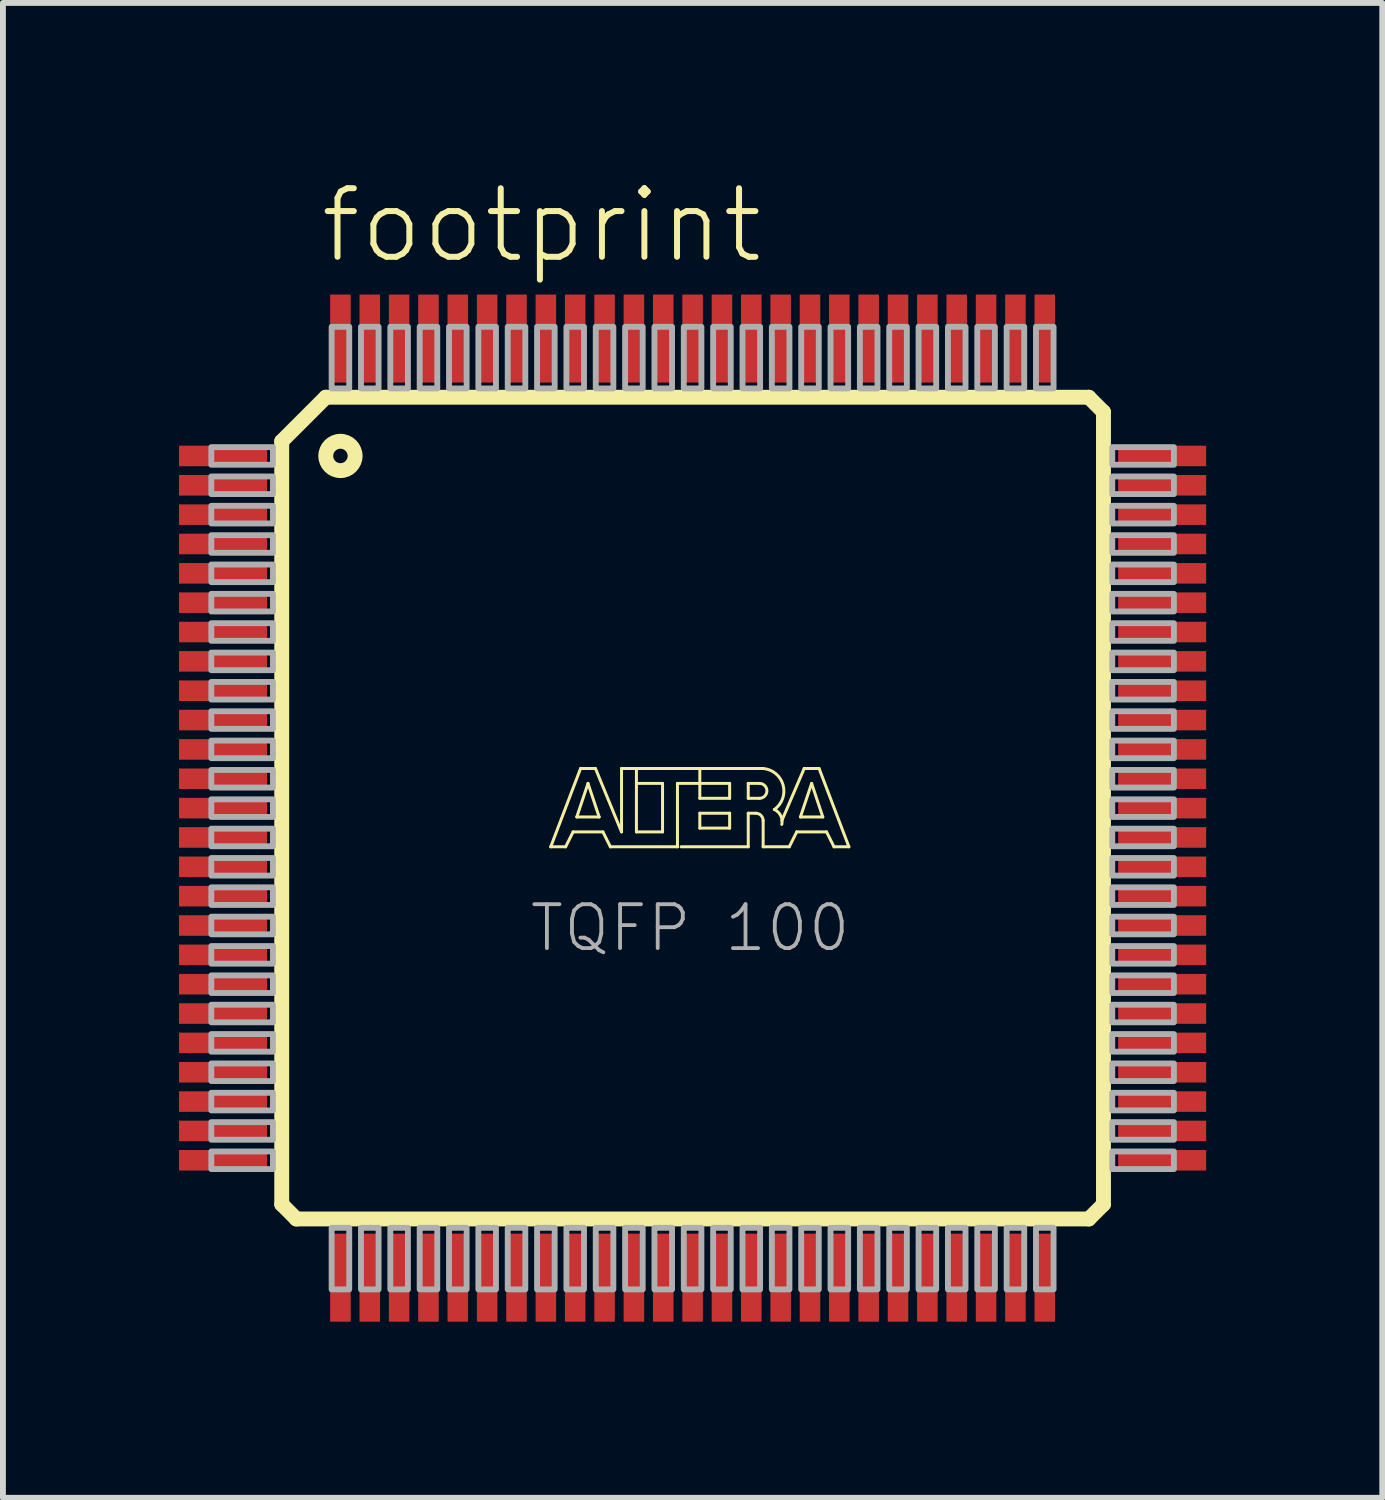
<source format=kicad_pcb>
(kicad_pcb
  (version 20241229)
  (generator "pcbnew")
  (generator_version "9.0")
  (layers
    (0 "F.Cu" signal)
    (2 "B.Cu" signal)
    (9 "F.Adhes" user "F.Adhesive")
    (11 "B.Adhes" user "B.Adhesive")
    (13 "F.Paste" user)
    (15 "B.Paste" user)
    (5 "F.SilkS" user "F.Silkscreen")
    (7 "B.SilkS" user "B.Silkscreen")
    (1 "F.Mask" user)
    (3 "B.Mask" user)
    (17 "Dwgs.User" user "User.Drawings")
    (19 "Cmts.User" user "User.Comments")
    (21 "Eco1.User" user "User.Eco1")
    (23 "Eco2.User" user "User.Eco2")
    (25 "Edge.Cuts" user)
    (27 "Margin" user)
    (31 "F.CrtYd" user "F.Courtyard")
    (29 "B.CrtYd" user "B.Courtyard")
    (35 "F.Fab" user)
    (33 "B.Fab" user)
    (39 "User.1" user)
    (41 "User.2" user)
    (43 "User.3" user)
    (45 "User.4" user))
  (footprint "footprint"
    (layer "F.Cu")
    (at 8.75 10.718)
    (property "Reference" "footprint" (at -6.395 -9.245 0) (layer "F.SilkS") (effects (font (size 1.168 1.168) (thickness 0.102)) (justify left bottom)))
    (fp_line (start -7 -6.25) (end -6.25 -7) (stroke (width 0.254) (type solid)) (layer "F.SilkS"))
    (fp_line (start -7 6.75) (end -7 -6.25) (stroke (width 0.254) (type solid)) (layer "F.SilkS"))
    (fp_line (start -6.75 7) (end -7 6.75) (stroke (width 0.254) (type solid)) (layer "F.SilkS"))
    (fp_line (start -6.25 -7) (end 6.75 -7) (stroke (width 0.254) (type solid)) (layer "F.SilkS"))
    (fp_line (start -2.417 0.659) (end -1.909 -0.675) (stroke (width 0.051) (type solid)) (layer "F.SilkS"))
    (fp_line (start -2.163 0.659) (end -2.417 0.659) (stroke (width 0.051) (type solid)) (layer "F.SilkS"))
    (fp_line (start -2.036 0.405) (end -2.163 0.659) (stroke (width 0.051) (type solid)) (layer "F.SilkS"))
    (fp_line (start -1.973 0.151) (end -1.592 0.151) (stroke (width 0.051) (type solid)) (layer "F.SilkS"))
    (fp_line (start -1.909 -0.675) (end -1.655 -0.675) (stroke (width 0.051) (type solid)) (layer "F.SilkS"))
    (fp_line (start -1.782 -0.421) (end -1.973 0.151) (stroke (width 0.051) (type solid)) (layer "F.SilkS"))
    (fp_line (start -1.655 -0.675) (end -1.211 0.405) (stroke (width 0.051) (type solid)) (layer "F.SilkS"))
    (fp_line (start -1.592 0.151) (end -1.782 -0.421) (stroke (width 0.051) (type solid)) (layer "F.SilkS"))
    (fp_line (start -1.528 0.405) (end -2.036 0.405) (stroke (width 0.051) (type solid)) (layer "F.SilkS"))
    (fp_line (start -1.401 0.659) (end -1.528 0.405) (stroke (width 0.051) (type solid)) (layer "F.SilkS"))
    (fp_line (start -1.211 -0.675) (end -0.957 -0.675) (stroke (width 0.051) (type solid)) (layer "F.SilkS"))
    (fp_line (start -1.211 0.405) (end -1.211 -0.675) (stroke (width 0.051) (type solid)) (layer "F.SilkS"))
    (fp_line (start -0.957 -0.675) (end -0.957 -0.421) (stroke (width 0.051) (type solid)) (layer "F.SilkS"))
    (fp_line (start -0.957 -0.675) (end 0.123 -0.675) (stroke (width 0.051) (type solid)) (layer "F.SilkS"))
    (fp_line (start -0.957 -0.421) (end -0.957 0.405) (stroke (width 0.051) (type solid)) (layer "F.SilkS"))
    (fp_line (start -0.957 0.405) (end -0.512 0.405) (stroke (width 0.051) (type solid)) (layer "F.SilkS"))
    (fp_line (start -0.512 -0.421) (end -0.957 -0.421) (stroke (width 0.051) (type solid)) (layer "F.SilkS"))
    (fp_line (start -0.512 0.405) (end -0.512 -0.421) (stroke (width 0.051) (type solid)) (layer "F.SilkS"))
    (fp_line (start -0.258 -0.421) (end -0.258 0.659) (stroke (width 0.051) (type solid)) (layer "F.SilkS"))
    (fp_line (start -0.258 0.659) (end -1.401 0.659) (stroke (width 0.051) (type solid)) (layer "F.SilkS"))
    (fp_line (start 0.123 -0.675) (end 0.123 -0.421) (stroke (width 0.051) (type solid)) (layer "F.SilkS"))
    (fp_line (start 0.123 -0.675) (end 1.202 -0.675) (stroke (width 0.051) (type solid)) (layer "F.SilkS"))
    (fp_line (start 0.123 -0.421) (end -0.258 -0.421) (stroke (width 0.051) (type solid)) (layer "F.SilkS"))
    (fp_line (start 0.123 -0.421) (end 0.123 -0.167) (stroke (width 0.051) (type solid)) (layer "F.SilkS"))
    (fp_line (start 0.123 -0.167) (end 0.631 -0.167) (stroke (width 0.051) (type solid)) (layer "F.SilkS"))
    (fp_line (start 0.123 0.087) (end 0.631 0.087) (stroke (width 0.051) (type solid)) (layer "F.SilkS"))
    (fp_line (start 0.123 0.341) (end 0.123 0.087) (stroke (width 0.051) (type solid)) (layer "F.SilkS"))
    (fp_line (start 0.631 -0.421) (end 0.123 -0.421) (stroke (width 0.051) (type solid)) (layer "F.SilkS"))
    (fp_line (start 0.631 -0.167) (end 0.631 -0.421) (stroke (width 0.051) (type solid)) (layer "F.SilkS"))
    (fp_line (start 0.631 0.087) (end 0.631 0.341) (stroke (width 0.051) (type solid)) (layer "F.SilkS"))
    (fp_line (start 0.631 0.341) (end 0.123 0.341) (stroke (width 0.051) (type solid)) (layer "F.SilkS"))
    (fp_line (start 0.948 -0.421) (end 0.948 -0.167) (stroke (width 0.051) (type solid)) (layer "F.SilkS"))
    (fp_line (start 0.948 -0.167) (end 1.139 -0.167) (stroke (width 0.051) (type solid)) (layer "F.SilkS"))
    (fp_line (start 0.948 0.087) (end 0.948 0.659) (stroke (width 0.051) (type solid)) (layer "F.SilkS"))
    (fp_line (start 0.948 0.087) (end 1.075 0.087) (stroke (width 0.051) (type solid)) (layer "F.SilkS"))
    (fp_line (start 0.948 0.659) (end -0.195 0.659) (stroke (width 0.051) (type solid)) (layer "F.SilkS"))
    (fp_line (start 1.139 -0.421) (end 0.948 -0.421) (stroke (width 0.051) (type solid)) (layer "F.SilkS"))
    (fp_line (start 1.202 0.214) (end 1.202 0.659) (stroke (width 0.051) (type solid)) (layer "F.SilkS"))
    (fp_line (start 1.202 0.659) (end 1.647 0.659) (stroke (width 0.051) (type solid)) (layer "F.SilkS"))
    (fp_line (start 1.647 0.659) (end 1.774 0.405) (stroke (width 0.051) (type solid)) (layer "F.SilkS"))
    (fp_line (start 1.774 0.405) (end 2.282 0.405) (stroke (width 0.051) (type solid)) (layer "F.SilkS"))
    (fp_line (start 1.837 0.151) (end 2.028 -0.421) (stroke (width 0.051) (type solid)) (layer "F.SilkS"))
    (fp_line (start 1.901 -0.675) (end 1.52 0.214) (stroke (width 0.051) (type solid)) (layer "F.SilkS"))
    (fp_line (start 2.028 -0.421) (end 2.218 0.151) (stroke (width 0.051) (type solid)) (layer "F.SilkS"))
    (fp_line (start 2.155 -0.675) (end 1.901 -0.675) (stroke (width 0.051) (type solid)) (layer "F.SilkS"))
    (fp_line (start 2.218 0.151) (end 1.837 0.151) (stroke (width 0.051) (type solid)) (layer "F.SilkS"))
    (fp_line (start 2.282 0.405) (end 2.409 0.659) (stroke (width 0.051) (type solid)) (layer "F.SilkS"))
    (fp_line (start 2.409 0.659) (end 2.663 0.659) (stroke (width 0.051) (type solid)) (layer "F.SilkS"))
    (fp_line (start 2.663 0.659) (end 2.155 -0.675) (stroke (width 0.051) (type solid)) (layer "F.SilkS"))
    (fp_line (start 6.75 -7) (end 7 -6.75) (stroke (width 0.254) (type solid)) (layer "F.SilkS"))
    (fp_line (start 6.75 7) (end -6.75 7) (stroke (width 0.254) (type solid)) (layer "F.SilkS"))
    (fp_line (start 7 -6.75) (end 7 6.75) (stroke (width 0.254) (type solid)) (layer "F.SilkS"))
    (fp_line (start 7 6.75) (end 6.75 7) (stroke (width 0.254) (type solid)) (layer "F.SilkS"))
    (fp_arc (start 1.075 0.087) (mid 1.164803 0.124197) (end 1.202 0.214) (stroke (width 0.0508) (type solid)) (layer "F.SilkS"))
    (fp_arc (start 1.139 -0.421) (mid 1.266 -0.294) (end 1.139 -0.167) (stroke (width 0.0508) (type solid)) (layer "F.SilkS"))
    (fp_arc (start 1.202 -0.675) (mid 1.542014 -0.392329) (end 1.392798 0.023901) (stroke (width 0.0508) (type solid)) (layer "F.SilkS"))
    (fp_arc (start 1.3929 0.0234) (mid 1.5009 0.128252) (end 1.519699 0.2776) (stroke (width 0.0508) (type solid)) (layer "F.SilkS"))
    (fp_circle (center -6 -6) (end -5.75 -6) (stroke (width 0.254) (type solid)) (fill no) (layer "F.SilkS"))
    (fp_poly (pts (xy -8.2 -5.85) (xy -7.15 -5.85) (xy -7.15 -6.15) (xy -8.2 -6.15)) (stroke (width 0.1) (type solid)) (fill no) (layer "F.Fab"))
    (fp_poly (pts (xy -8.2 -5.35) (xy -7.15 -5.35) (xy -7.15 -5.65) (xy -8.2 -5.65)) (stroke (width 0.1) (type solid)) (fill no) (layer "F.Fab"))
    (fp_poly (pts (xy -8.2 -4.85) (xy -7.15 -4.85) (xy -7.15 -5.15) (xy -8.2 -5.15)) (stroke (width 0.1) (type solid)) (fill no) (layer "F.Fab"))
    (fp_poly (pts (xy -8.2 -4.35) (xy -7.15 -4.35) (xy -7.15 -4.65) (xy -8.2 -4.65)) (stroke (width 0.1) (type solid)) (fill no) (layer "F.Fab"))
    (fp_poly (pts (xy -8.2 -3.85) (xy -7.15 -3.85) (xy -7.15 -4.15) (xy -8.2 -4.15)) (stroke (width 0.1) (type solid)) (fill no) (layer "F.Fab"))
    (fp_poly (pts (xy -8.2 -3.35) (xy -7.15 -3.35) (xy -7.15 -3.65) (xy -8.2 -3.65)) (stroke (width 0.1) (type solid)) (fill no) (layer "F.Fab"))
    (fp_poly (pts (xy -8.2 -2.85) (xy -7.15 -2.85) (xy -7.15 -3.15) (xy -8.2 -3.15)) (stroke (width 0.1) (type solid)) (fill no) (layer "F.Fab"))
    (fp_poly (pts (xy -8.2 -2.35) (xy -7.15 -2.35) (xy -7.15 -2.65) (xy -8.2 -2.65)) (stroke (width 0.1) (type solid)) (fill no) (layer "F.Fab"))
    (fp_poly (pts (xy -8.2 -1.85) (xy -7.15 -1.85) (xy -7.15 -2.15) (xy -8.2 -2.15)) (stroke (width 0.1) (type solid)) (fill no) (layer "F.Fab"))
    (fp_poly (pts (xy -8.2 -1.35) (xy -7.15 -1.35) (xy -7.15 -1.65) (xy -8.2 -1.65)) (stroke (width 0.1) (type solid)) (fill no) (layer "F.Fab"))
    (fp_poly (pts (xy -8.2 -0.85) (xy -7.15 -0.85) (xy -7.15 -1.15) (xy -8.2 -1.15)) (stroke (width 0.1) (type solid)) (fill no) (layer "F.Fab"))
    (fp_poly (pts (xy -8.2 -0.35) (xy -7.15 -0.35) (xy -7.15 -0.65) (xy -8.2 -0.65)) (stroke (width 0.1) (type solid)) (fill no) (layer "F.Fab"))
    (fp_poly (pts (xy -8.2 0.15) (xy -7.15 0.15) (xy -7.15 -0.15) (xy -8.2 -0.15)) (stroke (width 0.1) (type solid)) (fill no) (layer "F.Fab"))
    (fp_poly (pts (xy -8.2 0.65) (xy -7.15 0.65) (xy -7.15 0.35) (xy -8.2 0.35)) (stroke (width 0.1) (type solid)) (fill no) (layer "F.Fab"))
    (fp_poly (pts (xy -8.2 1.15) (xy -7.15 1.15) (xy -7.15 0.85) (xy -8.2 0.85)) (stroke (width 0.1) (type solid)) (fill no) (layer "F.Fab"))
    (fp_poly (pts (xy -8.2 1.65) (xy -7.15 1.65) (xy -7.15 1.35) (xy -8.2 1.35)) (stroke (width 0.1) (type solid)) (fill no) (layer "F.Fab"))
    (fp_poly (pts (xy -8.2 2.15) (xy -7.15 2.15) (xy -7.15 1.85) (xy -8.2 1.85)) (stroke (width 0.1) (type solid)) (fill no) (layer "F.Fab"))
    (fp_poly (pts (xy -8.2 2.65) (xy -7.15 2.65) (xy -7.15 2.35) (xy -8.2 2.35)) (stroke (width 0.1) (type solid)) (fill no) (layer "F.Fab"))
    (fp_poly (pts (xy -8.2 3.15) (xy -7.15 3.15) (xy -7.15 2.85) (xy -8.2 2.85)) (stroke (width 0.1) (type solid)) (fill no) (layer "F.Fab"))
    (fp_poly (pts (xy -8.2 3.65) (xy -7.15 3.65) (xy -7.15 3.35) (xy -8.2 3.35)) (stroke (width 0.1) (type solid)) (fill no) (layer "F.Fab"))
    (fp_poly (pts (xy -8.2 4.15) (xy -7.15 4.15) (xy -7.15 3.85) (xy -8.2 3.85)) (stroke (width 0.1) (type solid)) (fill no) (layer "F.Fab"))
    (fp_poly (pts (xy -8.2 4.65) (xy -7.15 4.65) (xy -7.15 4.35) (xy -8.2 4.35)) (stroke (width 0.1) (type solid)) (fill no) (layer "F.Fab"))
    (fp_poly (pts (xy -8.2 5.15) (xy -7.15 5.15) (xy -7.15 4.85) (xy -8.2 4.85)) (stroke (width 0.1) (type solid)) (fill no) (layer "F.Fab"))
    (fp_poly (pts (xy -8.2 5.65) (xy -7.15 5.65) (xy -7.15 5.35) (xy -8.2 5.35)) (stroke (width 0.1) (type solid)) (fill no) (layer "F.Fab"))
    (fp_poly (pts (xy -8.2 6.15) (xy -7.15 6.15) (xy -7.15 5.85) (xy -8.2 5.85)) (stroke (width 0.1) (type solid)) (fill no) (layer "F.Fab"))
    (fp_poly (pts (xy -6.15 -7.15) (xy -5.85 -7.15) (xy -5.85 -8.2) (xy -6.15 -8.2)) (stroke (width 0.1) (type solid)) (fill no) (layer "F.Fab"))
    (fp_poly (pts (xy -6.15 8.2) (xy -5.85 8.2) (xy -5.85 7.15) (xy -6.15 7.15)) (stroke (width 0.1) (type solid)) (fill no) (layer "F.Fab"))
    (fp_poly (pts (xy -5.65 -7.15) (xy -5.35 -7.15) (xy -5.35 -8.2) (xy -5.65 -8.2)) (stroke (width 0.1) (type solid)) (fill no) (layer "F.Fab"))
    (fp_poly (pts (xy -5.65 8.2) (xy -5.35 8.2) (xy -5.35 7.15) (xy -5.65 7.15)) (stroke (width 0.1) (type solid)) (fill no) (layer "F.Fab"))
    (fp_poly (pts (xy -5.15 -7.15) (xy -4.85 -7.15) (xy -4.85 -8.2) (xy -5.15 -8.2)) (stroke (width 0.1) (type solid)) (fill no) (layer "F.Fab"))
    (fp_poly (pts (xy -5.15 8.2) (xy -4.85 8.2) (xy -4.85 7.15) (xy -5.15 7.15)) (stroke (width 0.1) (type solid)) (fill no) (layer "F.Fab"))
    (fp_poly (pts (xy -4.65 -7.15) (xy -4.35 -7.15) (xy -4.35 -8.2) (xy -4.65 -8.2)) (stroke (width 0.1) (type solid)) (fill no) (layer "F.Fab"))
    (fp_poly (pts (xy -4.65 8.2) (xy -4.35 8.2) (xy -4.35 7.15) (xy -4.65 7.15)) (stroke (width 0.1) (type solid)) (fill no) (layer "F.Fab"))
    (fp_poly (pts (xy -4.15 -7.15) (xy -3.85 -7.15) (xy -3.85 -8.2) (xy -4.15 -8.2)) (stroke (width 0.1) (type solid)) (fill no) (layer "F.Fab"))
    (fp_poly (pts (xy -4.15 8.2) (xy -3.85 8.2) (xy -3.85 7.15) (xy -4.15 7.15)) (stroke (width 0.1) (type solid)) (fill no) (layer "F.Fab"))
    (fp_poly (pts (xy -3.65 -7.15) (xy -3.35 -7.15) (xy -3.35 -8.2) (xy -3.65 -8.2)) (stroke (width 0.1) (type solid)) (fill no) (layer "F.Fab"))
    (fp_poly (pts (xy -3.65 8.2) (xy -3.35 8.2) (xy -3.35 7.15) (xy -3.65 7.15)) (stroke (width 0.1) (type solid)) (fill no) (layer "F.Fab"))
    (fp_poly (pts (xy -3.15 -7.15) (xy -2.85 -7.15) (xy -2.85 -8.2) (xy -3.15 -8.2)) (stroke (width 0.1) (type solid)) (fill no) (layer "F.Fab"))
    (fp_poly (pts (xy -3.15 8.2) (xy -2.85 8.2) (xy -2.85 7.15) (xy -3.15 7.15)) (stroke (width 0.1) (type solid)) (fill no) (layer "F.Fab"))
    (fp_poly (pts (xy -2.65 -7.15) (xy -2.35 -7.15) (xy -2.35 -8.2) (xy -2.65 -8.2)) (stroke (width 0.1) (type solid)) (fill no) (layer "F.Fab"))
    (fp_poly (pts (xy -2.65 8.2) (xy -2.35 8.2) (xy -2.35 7.15) (xy -2.65 7.15)) (stroke (width 0.1) (type solid)) (fill no) (layer "F.Fab"))
    (fp_poly (pts (xy -2.15 -7.15) (xy -1.85 -7.15) (xy -1.85 -8.2) (xy -2.15 -8.2)) (stroke (width 0.1) (type solid)) (fill no) (layer "F.Fab"))
    (fp_poly (pts (xy -2.15 8.2) (xy -1.85 8.2) (xy -1.85 7.15) (xy -2.15 7.15)) (stroke (width 0.1) (type solid)) (fill no) (layer "F.Fab"))
    (fp_poly (pts (xy -1.65 -7.15) (xy -1.35 -7.15) (xy -1.35 -8.2) (xy -1.65 -8.2)) (stroke (width 0.1) (type solid)) (fill no) (layer "F.Fab"))
    (fp_poly (pts (xy -1.65 8.2) (xy -1.35 8.2) (xy -1.35 7.15) (xy -1.65 7.15)) (stroke (width 0.1) (type solid)) (fill no) (layer "F.Fab"))
    (fp_poly (pts (xy -1.15 -7.15) (xy -0.85 -7.15) (xy -0.85 -8.2) (xy -1.15 -8.2)) (stroke (width 0.1) (type solid)) (fill no) (layer "F.Fab"))
    (fp_poly (pts (xy -1.15 8.2) (xy -0.85 8.2) (xy -0.85 7.15) (xy -1.15 7.15)) (stroke (width 0.1) (type solid)) (fill no) (layer "F.Fab"))
    (fp_poly (pts (xy -0.65 -7.15) (xy -0.35 -7.15) (xy -0.35 -8.2) (xy -0.65 -8.2)) (stroke (width 0.1) (type solid)) (fill no) (layer "F.Fab"))
    (fp_poly (pts (xy -0.65 8.2) (xy -0.35 8.2) (xy -0.35 7.15) (xy -0.65 7.15)) (stroke (width 0.1) (type solid)) (fill no) (layer "F.Fab"))
    (fp_poly (pts (xy -0.15 -7.15) (xy 0.15 -7.15) (xy 0.15 -8.2) (xy -0.15 -8.2)) (stroke (width 0.1) (type solid)) (fill no) (layer "F.Fab"))
    (fp_poly (pts (xy -0.15 8.2) (xy 0.15 8.2) (xy 0.15 7.15) (xy -0.15 7.15)) (stroke (width 0.1) (type solid)) (fill no) (layer "F.Fab"))
    (fp_poly (pts (xy 0.35 -7.15) (xy 0.65 -7.15) (xy 0.65 -8.2) (xy 0.35 -8.2)) (stroke (width 0.1) (type solid)) (fill no) (layer "F.Fab"))
    (fp_poly (pts (xy 0.35 8.2) (xy 0.65 8.2) (xy 0.65 7.15) (xy 0.35 7.15)) (stroke (width 0.1) (type solid)) (fill no) (layer "F.Fab"))
    (fp_poly (pts (xy 0.85 -7.15) (xy 1.15 -7.15) (xy 1.15 -8.2) (xy 0.85 -8.2)) (stroke (width 0.1) (type solid)) (fill no) (layer "F.Fab"))
    (fp_poly (pts (xy 0.85 8.2) (xy 1.15 8.2) (xy 1.15 7.15) (xy 0.85 7.15)) (stroke (width 0.1) (type solid)) (fill no) (layer "F.Fab"))
    (fp_poly (pts (xy 1.35 -7.15) (xy 1.65 -7.15) (xy 1.65 -8.2) (xy 1.35 -8.2)) (stroke (width 0.1) (type solid)) (fill no) (layer "F.Fab"))
    (fp_poly (pts (xy 1.35 8.2) (xy 1.65 8.2) (xy 1.65 7.15) (xy 1.35 7.15)) (stroke (width 0.1) (type solid)) (fill no) (layer "F.Fab"))
    (fp_poly (pts (xy 1.85 -7.15) (xy 2.15 -7.15) (xy 2.15 -8.2) (xy 1.85 -8.2)) (stroke (width 0.1) (type solid)) (fill no) (layer "F.Fab"))
    (fp_poly (pts (xy 1.85 8.2) (xy 2.15 8.2) (xy 2.15 7.15) (xy 1.85 7.15)) (stroke (width 0.1) (type solid)) (fill no) (layer "F.Fab"))
    (fp_poly (pts (xy 2.35 -7.15) (xy 2.65 -7.15) (xy 2.65 -8.2) (xy 2.35 -8.2)) (stroke (width 0.1) (type solid)) (fill no) (layer "F.Fab"))
    (fp_poly (pts (xy 2.35 8.2) (xy 2.65 8.2) (xy 2.65 7.15) (xy 2.35 7.15)) (stroke (width 0.1) (type solid)) (fill no) (layer "F.Fab"))
    (fp_poly (pts (xy 2.85 -7.15) (xy 3.15 -7.15) (xy 3.15 -8.2) (xy 2.85 -8.2)) (stroke (width 0.1) (type solid)) (fill no) (layer "F.Fab"))
    (fp_poly (pts (xy 2.85 8.2) (xy 3.15 8.2) (xy 3.15 7.15) (xy 2.85 7.15)) (stroke (width 0.1) (type solid)) (fill no) (layer "F.Fab"))
    (fp_poly (pts (xy 3.35 -7.15) (xy 3.65 -7.15) (xy 3.65 -8.2) (xy 3.35 -8.2)) (stroke (width 0.1) (type solid)) (fill no) (layer "F.Fab"))
    (fp_poly (pts (xy 3.35 8.2) (xy 3.65 8.2) (xy 3.65 7.15) (xy 3.35 7.15)) (stroke (width 0.1) (type solid)) (fill no) (layer "F.Fab"))
    (fp_poly (pts (xy 3.85 -7.15) (xy 4.15 -7.15) (xy 4.15 -8.2) (xy 3.85 -8.2)) (stroke (width 0.1) (type solid)) (fill no) (layer "F.Fab"))
    (fp_poly (pts (xy 3.85 8.2) (xy 4.15 8.2) (xy 4.15 7.15) (xy 3.85 7.15)) (stroke (width 0.1) (type solid)) (fill no) (layer "F.Fab"))
    (fp_poly (pts (xy 4.35 -7.15) (xy 4.65 -7.15) (xy 4.65 -8.2) (xy 4.35 -8.2)) (stroke (width 0.1) (type solid)) (fill no) (layer "F.Fab"))
    (fp_poly (pts (xy 4.35 8.2) (xy 4.65 8.2) (xy 4.65 7.15) (xy 4.35 7.15)) (stroke (width 0.1) (type solid)) (fill no) (layer "F.Fab"))
    (fp_poly (pts (xy 4.85 -7.15) (xy 5.15 -7.15) (xy 5.15 -8.2) (xy 4.85 -8.2)) (stroke (width 0.1) (type solid)) (fill no) (layer "F.Fab"))
    (fp_poly (pts (xy 4.85 8.2) (xy 5.15 8.2) (xy 5.15 7.15) (xy 4.85 7.15)) (stroke (width 0.1) (type solid)) (fill no) (layer "F.Fab"))
    (fp_poly (pts (xy 5.35 -7.15) (xy 5.65 -7.15) (xy 5.65 -8.2) (xy 5.35 -8.2)) (stroke (width 0.1) (type solid)) (fill no) (layer "F.Fab"))
    (fp_poly (pts (xy 5.35 8.2) (xy 5.65 8.2) (xy 5.65 7.15) (xy 5.35 7.15)) (stroke (width 0.1) (type solid)) (fill no) (layer "F.Fab"))
    (fp_poly (pts (xy 5.85 -7.15) (xy 6.15 -7.15) (xy 6.15 -8.2) (xy 5.85 -8.2)) (stroke (width 0.1) (type solid)) (fill no) (layer "F.Fab"))
    (fp_poly (pts (xy 5.85 8.2) (xy 6.15 8.2) (xy 6.15 7.15) (xy 5.85 7.15)) (stroke (width 0.1) (type solid)) (fill no) (layer "F.Fab"))
    (fp_poly (pts (xy 7.15 -5.85) (xy 8.2 -5.85) (xy 8.2 -6.15) (xy 7.15 -6.15)) (stroke (width 0.1) (type solid)) (fill no) (layer "F.Fab"))
    (fp_poly (pts (xy 7.15 -5.35) (xy 8.2 -5.35) (xy 8.2 -5.65) (xy 7.15 -5.65)) (stroke (width 0.1) (type solid)) (fill no) (layer "F.Fab"))
    (fp_poly (pts (xy 7.15 -4.85) (xy 8.2 -4.85) (xy 8.2 -5.15) (xy 7.15 -5.15)) (stroke (width 0.1) (type solid)) (fill no) (layer "F.Fab"))
    (fp_poly (pts (xy 7.15 -4.35) (xy 8.2 -4.35) (xy 8.2 -4.65) (xy 7.15 -4.65)) (stroke (width 0.1) (type solid)) (fill no) (layer "F.Fab"))
    (fp_poly (pts (xy 7.15 -3.85) (xy 8.2 -3.85) (xy 8.2 -4.15) (xy 7.15 -4.15)) (stroke (width 0.1) (type solid)) (fill no) (layer "F.Fab"))
    (fp_poly (pts (xy 7.15 -3.35) (xy 8.2 -3.35) (xy 8.2 -3.65) (xy 7.15 -3.65)) (stroke (width 0.1) (type solid)) (fill no) (layer "F.Fab"))
    (fp_poly (pts (xy 7.15 -2.85) (xy 8.2 -2.85) (xy 8.2 -3.15) (xy 7.15 -3.15)) (stroke (width 0.1) (type solid)) (fill no) (layer "F.Fab"))
    (fp_poly (pts (xy 7.15 -2.35) (xy 8.2 -2.35) (xy 8.2 -2.65) (xy 7.15 -2.65)) (stroke (width 0.1) (type solid)) (fill no) (layer "F.Fab"))
    (fp_poly (pts (xy 7.15 -1.85) (xy 8.2 -1.85) (xy 8.2 -2.15) (xy 7.15 -2.15)) (stroke (width 0.1) (type solid)) (fill no) (layer "F.Fab"))
    (fp_poly (pts (xy 7.15 -1.35) (xy 8.2 -1.35) (xy 8.2 -1.65) (xy 7.15 -1.65)) (stroke (width 0.1) (type solid)) (fill no) (layer "F.Fab"))
    (fp_poly (pts (xy 7.15 -0.85) (xy 8.2 -0.85) (xy 8.2 -1.15) (xy 7.15 -1.15)) (stroke (width 0.1) (type solid)) (fill no) (layer "F.Fab"))
    (fp_poly (pts (xy 7.15 -0.35) (xy 8.2 -0.35) (xy 8.2 -0.65) (xy 7.15 -0.65)) (stroke (width 0.1) (type solid)) (fill no) (layer "F.Fab"))
    (fp_poly (pts (xy 7.15 0.15) (xy 8.2 0.15) (xy 8.2 -0.15) (xy 7.15 -0.15)) (stroke (width 0.1) (type solid)) (fill no) (layer "F.Fab"))
    (fp_poly (pts (xy 7.15 0.65) (xy 8.2 0.65) (xy 8.2 0.35) (xy 7.15 0.35)) (stroke (width 0.1) (type solid)) (fill no) (layer "F.Fab"))
    (fp_poly (pts (xy 7.15 1.15) (xy 8.2 1.15) (xy 8.2 0.85) (xy 7.15 0.85)) (stroke (width 0.1) (type solid)) (fill no) (layer "F.Fab"))
    (fp_poly (pts (xy 7.15 1.65) (xy 8.2 1.65) (xy 8.2 1.35) (xy 7.15 1.35)) (stroke (width 0.1) (type solid)) (fill no) (layer "F.Fab"))
    (fp_poly (pts (xy 7.15 2.15) (xy 8.2 2.15) (xy 8.2 1.85) (xy 7.15 1.85)) (stroke (width 0.1) (type solid)) (fill no) (layer "F.Fab"))
    (fp_poly (pts (xy 7.15 2.65) (xy 8.2 2.65) (xy 8.2 2.35) (xy 7.15 2.35)) (stroke (width 0.1) (type solid)) (fill no) (layer "F.Fab"))
    (fp_poly (pts (xy 7.15 3.15) (xy 8.2 3.15) (xy 8.2 2.85) (xy 7.15 2.85)) (stroke (width 0.1) (type solid)) (fill no) (layer "F.Fab"))
    (fp_poly (pts (xy 7.15 3.65) (xy 8.2 3.65) (xy 8.2 3.35) (xy 7.15 3.35)) (stroke (width 0.1) (type solid)) (fill no) (layer "F.Fab"))
    (fp_poly (pts (xy 7.15 4.15) (xy 8.2 4.15) (xy 8.2 3.85) (xy 7.15 3.85)) (stroke (width 0.1) (type solid)) (fill no) (layer "F.Fab"))
    (fp_poly (pts (xy 7.15 4.65) (xy 8.2 4.65) (xy 8.2 4.35) (xy 7.15 4.35)) (stroke (width 0.1) (type solid)) (fill no) (layer "F.Fab"))
    (fp_poly (pts (xy 7.15 5.15) (xy 8.2 5.15) (xy 8.2 4.85) (xy 7.15 4.85)) (stroke (width 0.1) (type solid)) (fill no) (layer "F.Fab"))
    (fp_poly (pts (xy 7.15 5.65) (xy 8.2 5.65) (xy 8.2 5.35) (xy 7.15 5.35)) (stroke (width 0.1) (type solid)) (fill no) (layer "F.Fab"))
    (fp_poly (pts (xy 7.15 6.15) (xy 8.2 6.15) (xy 8.2 5.85) (xy 7.15 5.85)) (stroke (width 0.1) (type solid)) (fill no) (layer "F.Fab"))
    (fp_text user "TQFP 100" (at -2.81 2.48 0) (layer "F.Fab") (effects (font (size 0.748 0.748) (thickness 0.065)) (justify left bottom)))
    (pad "1" smd rect (at -8 -6) (size 1.5 0.35) (layers "F.Cu" "F.Mask" "F.Paste"))
    (pad "2" smd rect (at -8 -5.5) (size 1.5 0.35) (layers "F.Cu" "F.Mask" "F.Paste"))
    (pad "3" smd rect (at -8 -5) (size 1.5 0.35) (layers "F.Cu" "F.Mask" "F.Paste"))
    (pad "4" smd rect (at -8 -4.5) (size 1.5 0.35) (layers "F.Cu" "F.Mask" "F.Paste"))
    (pad "5" smd rect (at -8 -4) (size 1.5 0.35) (layers "F.Cu" "F.Mask" "F.Paste"))
    (pad "6" smd rect (at -8 -3.5) (size 1.5 0.35) (layers "F.Cu" "F.Mask" "F.Paste"))
    (pad "7" smd rect (at -8 -3) (size 1.5 0.35) (layers "F.Cu" "F.Mask" "F.Paste"))
    (pad "8" smd rect (at -8 -2.5) (size 1.5 0.35) (layers "F.Cu" "F.Mask" "F.Paste"))
    (pad "9" smd rect (at -8 -2) (size 1.5 0.35) (layers "F.Cu" "F.Mask" "F.Paste"))
    (pad "10" smd rect (at -8 -1.5) (size 1.5 0.35) (layers "F.Cu" "F.Mask" "F.Paste"))
    (pad "11" smd rect (at -8 -1) (size 1.5 0.35) (layers "F.Cu" "F.Mask" "F.Paste"))
    (pad "12" smd rect (at -8 -0.5) (size 1.5 0.35) (layers "F.Cu" "F.Mask" "F.Paste"))
    (pad "13" smd rect (at -8 0) (size 1.5 0.35) (layers "F.Cu" "F.Mask" "F.Paste"))
    (pad "14" smd rect (at -8 0.5) (size 1.5 0.35) (layers "F.Cu" "F.Mask" "F.Paste"))
    (pad "15" smd rect (at -8 1) (size 1.5 0.35) (layers "F.Cu" "F.Mask" "F.Paste"))
    (pad "16" smd rect (at -8 1.5) (size 1.5 0.35) (layers "F.Cu" "F.Mask" "F.Paste"))
    (pad "17" smd rect (at -8 2) (size 1.5 0.35) (layers "F.Cu" "F.Mask" "F.Paste"))
    (pad "18" smd rect (at -8 2.5) (size 1.5 0.35) (layers "F.Cu" "F.Mask" "F.Paste"))
    (pad "19" smd rect (at -8 3) (size 1.5 0.35) (layers "F.Cu" "F.Mask" "F.Paste"))
    (pad "20" smd rect (at -8 3.5) (size 1.5 0.35) (layers "F.Cu" "F.Mask" "F.Paste"))
    (pad "21" smd rect (at -8 4) (size 1.5 0.35) (layers "F.Cu" "F.Mask" "F.Paste"))
    (pad "22" smd rect (at -8 4.5) (size 1.5 0.35) (layers "F.Cu" "F.Mask" "F.Paste"))
    (pad "23" smd rect (at -8 5) (size 1.5 0.35) (layers "F.Cu" "F.Mask" "F.Paste"))
    (pad "24" smd rect (at -8 5.5) (size 1.5 0.35) (layers "F.Cu" "F.Mask" "F.Paste"))
    (pad "25" smd rect (at -8 6) (size 1.5 0.35) (layers "F.Cu" "F.Mask" "F.Paste"))
    (pad "26" smd rect (at -6 8) (size 0.35 1.5) (layers "F.Cu" "F.Mask" "F.Paste"))
    (pad "27" smd rect (at -5.5 8) (size 0.35 1.5) (layers "F.Cu" "F.Mask" "F.Paste"))
    (pad "28" smd rect (at -5 8) (size 0.35 1.5) (layers "F.Cu" "F.Mask" "F.Paste"))
    (pad "29" smd rect (at -4.5 8) (size 0.35 1.5) (layers "F.Cu" "F.Mask" "F.Paste"))
    (pad "30" smd rect (at -4 8) (size 0.35 1.5) (layers "F.Cu" "F.Mask" "F.Paste"))
    (pad "31" smd rect (at -3.5 8) (size 0.35 1.5) (layers "F.Cu" "F.Mask" "F.Paste"))
    (pad "32" smd rect (at -3 8) (size 0.35 1.5) (layers "F.Cu" "F.Mask" "F.Paste"))
    (pad "33" smd rect (at -2.5 8) (size 0.35 1.5) (layers "F.Cu" "F.Mask" "F.Paste"))
    (pad "34" smd rect (at -2 8) (size 0.35 1.5) (layers "F.Cu" "F.Mask" "F.Paste"))
    (pad "35" smd rect (at -1.5 8) (size 0.35 1.5) (layers "F.Cu" "F.Mask" "F.Paste"))
    (pad "36" smd rect (at -1 8) (size 0.35 1.5) (layers "F.Cu" "F.Mask" "F.Paste"))
    (pad "37" smd rect (at -0.5 8) (size 0.35 1.5) (layers "F.Cu" "F.Mask" "F.Paste"))
    (pad "38" smd rect (at 0 8) (size 0.35 1.5) (layers "F.Cu" "F.Mask" "F.Paste"))
    (pad "39" smd rect (at 0.5 8) (size 0.35 1.5) (layers "F.Cu" "F.Mask" "F.Paste"))
    (pad "40" smd rect (at 1 8) (size 0.35 1.5) (layers "F.Cu" "F.Mask" "F.Paste"))
    (pad "41" smd rect (at 1.5 8) (size 0.35 1.5) (layers "F.Cu" "F.Mask" "F.Paste"))
    (pad "42" smd rect (at 2 8) (size 0.35 1.5) (layers "F.Cu" "F.Mask" "F.Paste"))
    (pad "43" smd rect (at 2.5 8) (size 0.35 1.5) (layers "F.Cu" "F.Mask" "F.Paste"))
    (pad "44" smd rect (at 3 8) (size 0.35 1.5) (layers "F.Cu" "F.Mask" "F.Paste"))
    (pad "45" smd rect (at 3.5 8) (size 0.35 1.5) (layers "F.Cu" "F.Mask" "F.Paste"))
    (pad "46" smd rect (at 4 8) (size 0.35 1.5) (layers "F.Cu" "F.Mask" "F.Paste"))
    (pad "47" smd rect (at 4.5 8) (size 0.35 1.5) (layers "F.Cu" "F.Mask" "F.Paste"))
    (pad "48" smd rect (at 5 8) (size 0.35 1.5) (layers "F.Cu" "F.Mask" "F.Paste"))
    (pad "49" smd rect (at 5.5 8) (size 0.35 1.5) (layers "F.Cu" "F.Mask" "F.Paste"))
    (pad "50" smd rect (at 6 8) (size 0.35 1.5) (layers "F.Cu" "F.Mask" "F.Paste"))
    (pad "51" smd rect (at 8 6) (size 1.5 0.35) (layers "F.Cu" "F.Mask" "F.Paste"))
    (pad "52" smd rect (at 8 5.5) (size 1.5 0.35) (layers "F.Cu" "F.Mask" "F.Paste"))
    (pad "53" smd rect (at 8 5) (size 1.5 0.35) (layers "F.Cu" "F.Mask" "F.Paste"))
    (pad "54" smd rect (at 8 4.5) (size 1.5 0.35) (layers "F.Cu" "F.Mask" "F.Paste"))
    (pad "55" smd rect (at 8 4) (size 1.5 0.35) (layers "F.Cu" "F.Mask" "F.Paste"))
    (pad "56" smd rect (at 8 3.5) (size 1.5 0.35) (layers "F.Cu" "F.Mask" "F.Paste"))
    (pad "57" smd rect (at 8 3) (size 1.5 0.35) (layers "F.Cu" "F.Mask" "F.Paste"))
    (pad "58" smd rect (at 8 2.5) (size 1.5 0.35) (layers "F.Cu" "F.Mask" "F.Paste"))
    (pad "59" smd rect (at 8 2) (size 1.5 0.35) (layers "F.Cu" "F.Mask" "F.Paste"))
    (pad "60" smd rect (at 8 1.5) (size 1.5 0.35) (layers "F.Cu" "F.Mask" "F.Paste"))
    (pad "61" smd rect (at 8 1) (size 1.5 0.35) (layers "F.Cu" "F.Mask" "F.Paste"))
    (pad "62" smd rect (at 8 0.5) (size 1.5 0.35) (layers "F.Cu" "F.Mask" "F.Paste"))
    (pad "63" smd rect (at 8 0) (size 1.5 0.35) (layers "F.Cu" "F.Mask" "F.Paste"))
    (pad "64" smd rect (at 8 -0.5) (size 1.5 0.35) (layers "F.Cu" "F.Mask" "F.Paste"))
    (pad "65" smd rect (at 8 -1) (size 1.5 0.35) (layers "F.Cu" "F.Mask" "F.Paste"))
    (pad "66" smd rect (at 8 -1.5) (size 1.5 0.35) (layers "F.Cu" "F.Mask" "F.Paste"))
    (pad "67" smd rect (at 8 -2) (size 1.5 0.35) (layers "F.Cu" "F.Mask" "F.Paste"))
    (pad "68" smd rect (at 8 -2.5) (size 1.5 0.35) (layers "F.Cu" "F.Mask" "F.Paste"))
    (pad "69" smd rect (at 8 -3) (size 1.5 0.35) (layers "F.Cu" "F.Mask" "F.Paste"))
    (pad "70" smd rect (at 8 -3.5) (size 1.5 0.35) (layers "F.Cu" "F.Mask" "F.Paste"))
    (pad "71" smd rect (at 8 -4) (size 1.5 0.35) (layers "F.Cu" "F.Mask" "F.Paste"))
    (pad "72" smd rect (at 8 -4.5) (size 1.5 0.35) (layers "F.Cu" "F.Mask" "F.Paste"))
    (pad "73" smd rect (at 8 -5) (size 1.5 0.35) (layers "F.Cu" "F.Mask" "F.Paste"))
    (pad "74" smd rect (at 8 -5.5) (size 1.5 0.35) (layers "F.Cu" "F.Mask" "F.Paste"))
    (pad "75" smd rect (at 8 -6) (size 1.5 0.35) (layers "F.Cu" "F.Mask" "F.Paste"))
    (pad "76" smd rect (at 6 -8) (size 0.35 1.5) (layers "F.Cu" "F.Mask" "F.Paste"))
    (pad "77" smd rect (at 5.5 -8) (size 0.35 1.5) (layers "F.Cu" "F.Mask" "F.Paste"))
    (pad "78" smd rect (at 5 -8) (size 0.35 1.5) (layers "F.Cu" "F.Mask" "F.Paste"))
    (pad "79" smd rect (at 4.5 -8) (size 0.35 1.5) (layers "F.Cu" "F.Mask" "F.Paste"))
    (pad "80" smd rect (at 4 -8) (size 0.35 1.5) (layers "F.Cu" "F.Mask" "F.Paste"))
    (pad "81" smd rect (at 3.5 -8) (size 0.35 1.5) (layers "F.Cu" "F.Mask" "F.Paste"))
    (pad "82" smd rect (at 3 -8) (size 0.35 1.5) (layers "F.Cu" "F.Mask" "F.Paste"))
    (pad "83" smd rect (at 2.5 -8) (size 0.35 1.5) (layers "F.Cu" "F.Mask" "F.Paste"))
    (pad "84" smd rect (at 2 -8) (size 0.35 1.5) (layers "F.Cu" "F.Mask" "F.Paste"))
    (pad "85" smd rect (at 1.5 -8) (size 0.35 1.5) (layers "F.Cu" "F.Mask" "F.Paste"))
    (pad "86" smd rect (at 1 -8) (size 0.35 1.5) (layers "F.Cu" "F.Mask" "F.Paste"))
    (pad "87" smd rect (at 0.5 -8) (size 0.35 1.5) (layers "F.Cu" "F.Mask" "F.Paste"))
    (pad "88" smd rect (at 0 -8) (size 0.35 1.5) (layers "F.Cu" "F.Mask" "F.Paste"))
    (pad "89" smd rect (at -0.5 -8) (size 0.35 1.5) (layers "F.Cu" "F.Mask" "F.Paste"))
    (pad "90" smd rect (at -1 -8) (size 0.35 1.5) (layers "F.Cu" "F.Mask" "F.Paste"))
    (pad "91" smd rect (at -1.5 -8) (size 0.35 1.5) (layers "F.Cu" "F.Mask" "F.Paste"))
    (pad "92" smd rect (at -2 -8) (size 0.35 1.5) (layers "F.Cu" "F.Mask" "F.Paste"))
    (pad "93" smd rect (at -2.5 -8) (size 0.35 1.5) (layers "F.Cu" "F.Mask" "F.Paste"))
    (pad "94" smd rect (at -3 -8) (size 0.35 1.5) (layers "F.Cu" "F.Mask" "F.Paste"))
    (pad "95" smd rect (at -3.5 -8) (size 0.35 1.5) (layers "F.Cu" "F.Mask" "F.Paste"))
    (pad "96" smd rect (at -4 -8) (size 0.35 1.5) (layers "F.Cu" "F.Mask" "F.Paste"))
    (pad "97" smd rect (at -4.5 -8) (size 0.35 1.5) (layers "F.Cu" "F.Mask" "F.Paste"))
    (pad "98" smd rect (at -5 -8) (size 0.35 1.5) (layers "F.Cu" "F.Mask" "F.Paste"))
    (pad "99" smd rect (at -5.5 -8) (size 0.35 1.5) (layers "F.Cu" "F.Mask" "F.Paste"))
    (pad "100" smd rect (at -6 -8) (size 0.35 1.5) (layers "F.Cu" "F.Mask" "F.Paste")))
  (gr_rect
    (start -3 -3)
    (end 20.5 22.468)
    (stroke (width 0.1) (type default))
    (fill no)
    (layer "Edge.Cuts")))
</source>
